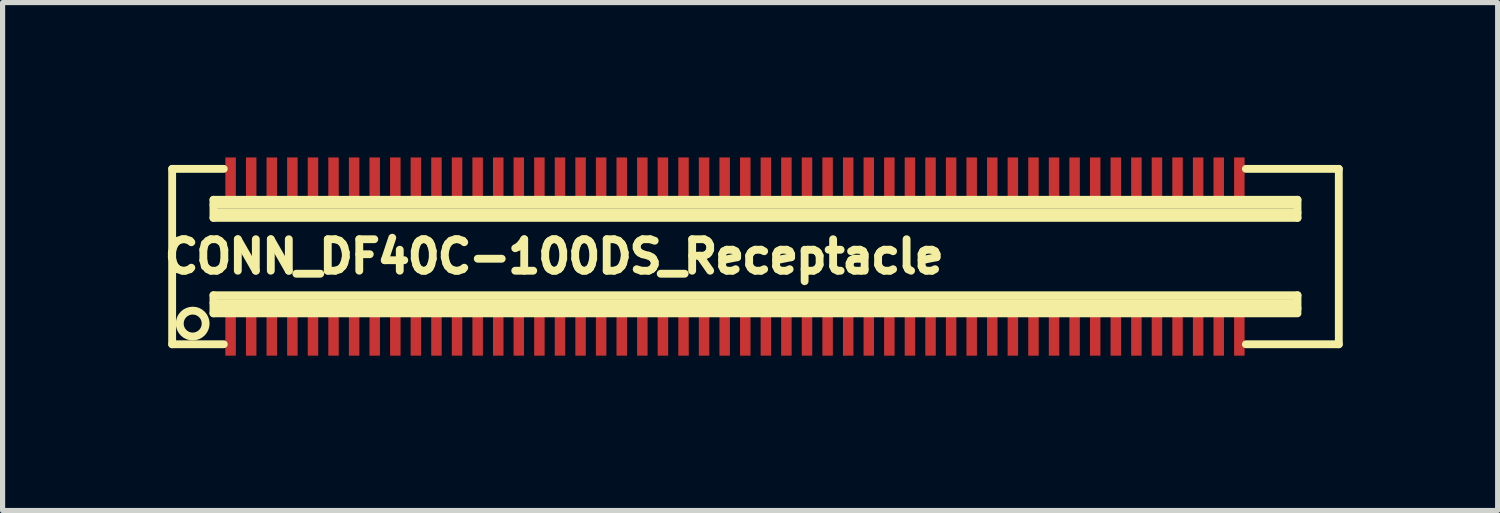
<source format=kicad_pcb>
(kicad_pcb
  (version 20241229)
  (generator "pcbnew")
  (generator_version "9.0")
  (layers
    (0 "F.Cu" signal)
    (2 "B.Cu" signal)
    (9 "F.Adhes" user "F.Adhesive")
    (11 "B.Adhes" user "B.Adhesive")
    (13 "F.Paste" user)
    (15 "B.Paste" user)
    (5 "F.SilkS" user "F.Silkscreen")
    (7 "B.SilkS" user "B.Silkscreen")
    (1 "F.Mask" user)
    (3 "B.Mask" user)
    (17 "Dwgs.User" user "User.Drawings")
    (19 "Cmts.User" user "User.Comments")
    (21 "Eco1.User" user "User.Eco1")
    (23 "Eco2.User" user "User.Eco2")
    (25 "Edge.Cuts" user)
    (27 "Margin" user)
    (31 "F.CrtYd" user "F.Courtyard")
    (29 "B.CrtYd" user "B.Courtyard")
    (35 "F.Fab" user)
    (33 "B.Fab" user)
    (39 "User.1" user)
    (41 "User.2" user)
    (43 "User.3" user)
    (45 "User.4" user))
  (footprint "CONN_DF40C-100DS_Receptacle"
    (layer "F.Cu")
    (at 11.585 1.92)
    (property "Reference" "CONN_DF40C-100DS_Receptacle" (at -3.899 0 0) (layer "F.SilkS") (effects (font (size 0.61 0.61) (thickness 0.152))))
    (attr smd)
    (fp_line (start -11.3 -1.699) (end -11.3 1.699) (stroke (width 0.152) (type solid)) (layer "F.SilkS"))
    (fp_line (start -11.3 -1.699) (end -10.3 -1.699) (stroke (width 0.152) (type solid)) (layer "F.SilkS"))
    (fp_line (start -11.3 1.699) (end -10.3 1.699) (stroke (width 0.152) (type solid)) (layer "F.SilkS"))
    (fp_line (start -10.5 -1.1) (end -10.5 -0.749) (stroke (width 0.152) (type solid)) (layer "F.SilkS"))
    (fp_line (start -10.5 -1.001) (end 10.45 -1.001) (stroke (width 0.152) (type solid)) (layer "F.SilkS"))
    (fp_line (start -10.5 -0.749) (end 10.5 -0.749) (stroke (width 0.152) (type solid)) (layer "F.SilkS"))
    (fp_line (start -10.5 0.749) (end -10.5 1.1) (stroke (width 0.152) (type solid)) (layer "F.SilkS"))
    (fp_line (start -10.5 0.899) (end 10.45 0.899) (stroke (width 0.152) (type solid)) (layer "F.SilkS"))
    (fp_line (start -10.5 1.1) (end 10.5 1.1) (stroke (width 0.152) (type solid)) (layer "F.SilkS"))
    (fp_line (start 10.5 -1.1) (end -10.5 -1.1) (stroke (width 0.152) (type solid)) (layer "F.SilkS"))
    (fp_line (start 10.5 -0.851) (end -10.45 -0.851) (stroke (width 0.152) (type solid)) (layer "F.SilkS"))
    (fp_line (start 10.5 -0.749) (end 10.5 -1.1) (stroke (width 0.152) (type solid)) (layer "F.SilkS"))
    (fp_line (start 10.5 0.749) (end -10.5 0.749) (stroke (width 0.152) (type solid)) (layer "F.SilkS"))
    (fp_line (start 10.5 1.001) (end -10.45 1.001) (stroke (width 0.152) (type solid)) (layer "F.SilkS"))
    (fp_line (start 10.5 1.049) (end 10.5 0.749) (stroke (width 0.152) (type solid)) (layer "F.SilkS"))
    (fp_line (start 11.3 -1.699) (end 9.5 -1.699) (stroke (width 0.152) (type solid)) (layer "F.SilkS"))
    (fp_line (start 11.3 -1.699) (end 11.3 1.699) (stroke (width 0.152) (type solid)) (layer "F.SilkS"))
    (fp_line (start 11.3 1.699) (end 9.5 1.699) (stroke (width 0.152) (type solid)) (layer "F.SilkS"))
    (fp_circle (center -10.902 1.298) (end -10.701 1.148) (stroke (width 0.152) (type solid)) (fill no) (layer "F.SilkS"))
    (pad "1" smd rect (at -10.168 1.539) (size 0.203 0.762) (layers "F.Cu" "F.Mask" "F.Paste"))
    (pad "2" smd rect (at -9.769 1.539) (size 0.203 0.762) (layers "F.Cu" "F.Mask" "F.Paste"))
    (pad "3" smd rect (at -9.37 1.539) (size 0.203 0.762) (layers "F.Cu" "F.Mask" "F.Paste"))
    (pad "4" smd rect (at -8.971 1.539) (size 0.203 0.762) (layers "F.Cu" "F.Mask" "F.Paste"))
    (pad "5" smd rect (at -8.572 1.539) (size 0.203 0.762) (layers "F.Cu" "F.Mask" "F.Paste"))
    (pad "6" smd rect (at -8.174 1.539) (size 0.203 0.762) (layers "F.Cu" "F.Mask" "F.Paste"))
    (pad "7" smd rect (at -7.775 1.539) (size 0.203 0.762) (layers "F.Cu" "F.Mask" "F.Paste"))
    (pad "8" smd rect (at -7.376 1.539) (size 0.203 0.762) (layers "F.Cu" "F.Mask" "F.Paste"))
    (pad "9" smd rect (at -6.977 1.539) (size 0.203 0.762) (layers "F.Cu" "F.Mask" "F.Paste"))
    (pad "10" smd rect (at -6.579 1.539) (size 0.203 0.762) (layers "F.Cu" "F.Mask" "F.Paste"))
    (pad "11" smd rect (at -6.18 1.539) (size 0.203 0.762) (layers "F.Cu" "F.Mask" "F.Paste"))
    (pad "12" smd rect (at -5.781 1.539) (size 0.203 0.762) (layers "F.Cu" "F.Mask" "F.Paste"))
    (pad "13" smd rect (at -5.382 1.539) (size 0.203 0.762) (layers "F.Cu" "F.Mask" "F.Paste"))
    (pad "14" smd rect (at -4.983 1.539) (size 0.203 0.762) (layers "F.Cu" "F.Mask" "F.Paste"))
    (pad "15" smd rect (at -4.585 1.539) (size 0.203 0.762) (layers "F.Cu" "F.Mask" "F.Paste"))
    (pad "16" smd rect (at -4.186 1.539) (size 0.203 0.762) (layers "F.Cu" "F.Mask" "F.Paste"))
    (pad "17" smd rect (at -3.787 1.539) (size 0.203 0.762) (layers "F.Cu" "F.Mask" "F.Paste"))
    (pad "18" smd rect (at -3.388 1.539) (size 0.203 0.762) (layers "F.Cu" "F.Mask" "F.Paste"))
    (pad "19" smd rect (at -2.99 1.539) (size 0.203 0.762) (layers "F.Cu" "F.Mask" "F.Paste"))
    (pad "20" smd rect (at -2.591 1.539) (size 0.203 0.762) (layers "F.Cu" "F.Mask" "F.Paste"))
    (pad "21" smd rect (at -2.192 1.539) (size 0.203 0.762) (layers "F.Cu" "F.Mask" "F.Paste"))
    (pad "22" smd rect (at -1.793 1.539) (size 0.203 0.762) (layers "F.Cu" "F.Mask" "F.Paste"))
    (pad "23" smd rect (at -1.394 1.539) (size 0.203 0.762) (layers "F.Cu" "F.Mask" "F.Paste"))
    (pad "24" smd rect (at -0.996 1.539) (size 0.203 0.762) (layers "F.Cu" "F.Mask" "F.Paste"))
    (pad "25" smd rect (at -0.597 1.539) (size 0.203 0.762) (layers "F.Cu" "F.Mask" "F.Paste"))
    (pad "26" smd rect (at -0.198 1.539) (size 0.203 0.762) (layers "F.Cu" "F.Mask" "F.Paste"))
    (pad "27" smd rect (at 0.201 1.539) (size 0.203 0.762) (layers "F.Cu" "F.Mask" "F.Paste"))
    (pad "28" smd rect (at 0.599 1.539) (size 0.203 0.762) (layers "F.Cu" "F.Mask" "F.Paste"))
    (pad "29" smd rect (at 0.998 1.539) (size 0.203 0.762) (layers "F.Cu" "F.Mask" "F.Paste"))
    (pad "30" smd rect (at 1.397 1.539) (size 0.203 0.762) (layers "F.Cu" "F.Mask" "F.Paste"))
    (pad "31" smd rect (at 1.796 1.539) (size 0.203 0.762) (layers "F.Cu" "F.Mask" "F.Paste"))
    (pad "32" smd rect (at 2.195 1.539) (size 0.203 0.762) (layers "F.Cu" "F.Mask" "F.Paste"))
    (pad "33" smd rect (at 2.593 1.539) (size 0.203 0.762) (layers "F.Cu" "F.Mask" "F.Paste"))
    (pad "34" smd rect (at 2.992 1.539) (size 0.203 0.762) (layers "F.Cu" "F.Mask" "F.Paste"))
    (pad "35" smd rect (at 3.391 1.539) (size 0.203 0.762) (layers "F.Cu" "F.Mask" "F.Paste"))
    (pad "36" smd rect (at 3.79 1.539) (size 0.203 0.762) (layers "F.Cu" "F.Mask" "F.Paste"))
    (pad "37" smd rect (at 4.188 1.539) (size 0.203 0.762) (layers "F.Cu" "F.Mask" "F.Paste"))
    (pad "38" smd rect (at 4.587 1.539) (size 0.203 0.762) (layers "F.Cu" "F.Mask" "F.Paste"))
    (pad "39" smd rect (at 4.986 1.539) (size 0.203 0.762) (layers "F.Cu" "F.Mask" "F.Paste"))
    (pad "40" smd rect (at 5.385 1.539) (size 0.203 0.762) (layers "F.Cu" "F.Mask" "F.Paste"))
    (pad "41" smd rect (at 5.784 1.539) (size 0.203 0.762) (layers "F.Cu" "F.Mask" "F.Paste"))
    (pad "42" smd rect (at 6.182 1.539) (size 0.203 0.762) (layers "F.Cu" "F.Mask" "F.Paste"))
    (pad "43" smd rect (at 6.581 1.539) (size 0.203 0.762) (layers "F.Cu" "F.Mask" "F.Paste"))
    (pad "44" smd rect (at 6.98 1.539) (size 0.203 0.762) (layers "F.Cu" "F.Mask" "F.Paste"))
    (pad "45" smd rect (at 7.379 1.539) (size 0.203 0.762) (layers "F.Cu" "F.Mask" "F.Paste"))
    (pad "46" smd rect (at 7.777 1.539) (size 0.203 0.762) (layers "F.Cu" "F.Mask" "F.Paste"))
    (pad "47" smd rect (at 8.176 1.539) (size 0.203 0.762) (layers "F.Cu" "F.Mask" "F.Paste"))
    (pad "48" smd rect (at 8.575 1.539) (size 0.203 0.762) (layers "F.Cu" "F.Mask" "F.Paste"))
    (pad "49" smd rect (at 8.974 1.539) (size 0.203 0.762) (layers "F.Cu" "F.Mask" "F.Paste"))
    (pad "50" smd rect (at 9.373 1.539) (size 0.203 0.762) (layers "F.Cu" "F.Mask" "F.Paste"))
    (pad "51" smd rect (at 9.373 -1.539) (size 0.203 0.762) (layers "F.Cu" "F.Mask" "F.Paste"))
    (pad "52" smd rect (at 8.974 -1.539) (size 0.203 0.762) (layers "F.Cu" "F.Mask" "F.Paste"))
    (pad "53" smd rect (at 8.575 -1.539) (size 0.203 0.762) (layers "F.Cu" "F.Mask" "F.Paste"))
    (pad "54" smd rect (at 8.176 -1.539) (size 0.203 0.762) (layers "F.Cu" "F.Mask" "F.Paste"))
    (pad "55" smd rect (at 7.777 -1.539) (size 0.203 0.762) (layers "F.Cu" "F.Mask" "F.Paste"))
    (pad "56" smd rect (at 7.379 -1.539) (size 0.203 0.762) (layers "F.Cu" "F.Mask" "F.Paste"))
    (pad "57" smd rect (at 6.98 -1.539) (size 0.203 0.762) (layers "F.Cu" "F.Mask" "F.Paste"))
    (pad "58" smd rect (at 6.581 -1.539) (size 0.203 0.762) (layers "F.Cu" "F.Mask" "F.Paste"))
    (pad "59" smd rect (at 6.182 -1.539) (size 0.203 0.762) (layers "F.Cu" "F.Mask" "F.Paste"))
    (pad "60" smd rect (at 5.784 -1.539) (size 0.203 0.762) (layers "F.Cu" "F.Mask" "F.Paste"))
    (pad "61" smd rect (at 5.385 -1.539) (size 0.203 0.762) (layers "F.Cu" "F.Mask" "F.Paste"))
    (pad "62" smd rect (at 4.986 -1.539) (size 0.203 0.762) (layers "F.Cu" "F.Mask" "F.Paste"))
    (pad "63" smd rect (at 4.587 -1.539) (size 0.203 0.762) (layers "F.Cu" "F.Mask" "F.Paste"))
    (pad "64" smd rect (at 4.188 -1.539) (size 0.203 0.762) (layers "F.Cu" "F.Mask" "F.Paste"))
    (pad "65" smd rect (at 3.79 -1.539) (size 0.203 0.762) (layers "F.Cu" "F.Mask" "F.Paste"))
    (pad "66" smd rect (at 3.391 -1.539) (size 0.203 0.762) (layers "F.Cu" "F.Mask" "F.Paste"))
    (pad "67" smd rect (at 2.992 -1.539) (size 0.203 0.762) (layers "F.Cu" "F.Mask" "F.Paste"))
    (pad "68" smd rect (at 2.593 -1.539) (size 0.203 0.762) (layers "F.Cu" "F.Mask" "F.Paste"))
    (pad "69" smd rect (at 2.195 -1.539) (size 0.203 0.762) (layers "F.Cu" "F.Mask" "F.Paste"))
    (pad "70" smd rect (at 1.796 -1.539) (size 0.203 0.762) (layers "F.Cu" "F.Mask" "F.Paste"))
    (pad "71" smd rect (at 1.397 -1.539) (size 0.203 0.762) (layers "F.Cu" "F.Mask" "F.Paste"))
    (pad "72" smd rect (at 0.998 -1.539) (size 0.203 0.762) (layers "F.Cu" "F.Mask" "F.Paste"))
    (pad "73" smd rect (at 0.599 -1.539) (size 0.203 0.762) (layers "F.Cu" "F.Mask" "F.Paste"))
    (pad "74" smd rect (at 0.201 -1.539) (size 0.203 0.762) (layers "F.Cu" "F.Mask" "F.Paste"))
    (pad "75" smd rect (at -0.198 -1.539) (size 0.203 0.762) (layers "F.Cu" "F.Mask" "F.Paste"))
    (pad "76" smd rect (at -0.597 -1.539) (size 0.203 0.762) (layers "F.Cu" "F.Mask" "F.Paste"))
    (pad "77" smd rect (at -0.996 -1.539) (size 0.203 0.762) (layers "F.Cu" "F.Mask" "F.Paste"))
    (pad "78" smd rect (at -1.394 -1.539) (size 0.203 0.762) (layers "F.Cu" "F.Mask" "F.Paste"))
    (pad "79" smd rect (at -1.793 -1.539) (size 0.203 0.762) (layers "F.Cu" "F.Mask" "F.Paste"))
    (pad "80" smd rect (at -2.192 -1.539) (size 0.203 0.762) (layers "F.Cu" "F.Mask" "F.Paste"))
    (pad "81" smd rect (at -2.591 -1.539) (size 0.203 0.762) (layers "F.Cu" "F.Mask" "F.Paste"))
    (pad "82" smd rect (at -2.99 -1.539) (size 0.203 0.762) (layers "F.Cu" "F.Mask" "F.Paste"))
    (pad "83" smd rect (at -3.388 -1.539) (size 0.203 0.762) (layers "F.Cu" "F.Mask" "F.Paste"))
    (pad "84" smd rect (at -3.787 -1.539) (size 0.203 0.762) (layers "F.Cu" "F.Mask" "F.Paste"))
    (pad "85" smd rect (at -4.186 -1.539) (size 0.203 0.762) (layers "F.Cu" "F.Mask" "F.Paste"))
    (pad "86" smd rect (at -4.585 -1.539) (size 0.203 0.762) (layers "F.Cu" "F.Mask" "F.Paste"))
    (pad "87" smd rect (at -4.983 -1.539) (size 0.203 0.762) (layers "F.Cu" "F.Mask" "F.Paste"))
    (pad "88" smd rect (at -5.382 -1.539) (size 0.203 0.762) (layers "F.Cu" "F.Mask" "F.Paste"))
    (pad "89" smd rect (at -5.781 -1.539) (size 0.203 0.762) (layers "F.Cu" "F.Mask" "F.Paste"))
    (pad "90" smd rect (at -6.18 -1.539) (size 0.203 0.762) (layers "F.Cu" "F.Mask" "F.Paste"))
    (pad "91" smd rect (at -6.579 -1.539) (size 0.203 0.762) (layers "F.Cu" "F.Mask" "F.Paste"))
    (pad "92" smd rect (at -6.977 -1.539) (size 0.203 0.762) (layers "F.Cu" "F.Mask" "F.Paste"))
    (pad "93" smd rect (at -7.376 -1.539) (size 0.203 0.762) (layers "F.Cu" "F.Mask" "F.Paste"))
    (pad "94" smd rect (at -7.775 -1.539) (size 0.203 0.762) (layers "F.Cu" "F.Mask" "F.Paste"))
    (pad "95" smd rect (at -8.174 -1.539) (size 0.203 0.762) (layers "F.Cu" "F.Mask" "F.Paste"))
    (pad "96" smd rect (at -8.572 -1.539) (size 0.203 0.762) (layers "F.Cu" "F.Mask" "F.Paste"))
    (pad "97" smd rect (at -8.971 -1.539) (size 0.203 0.762) (layers "F.Cu" "F.Mask" "F.Paste"))
    (pad "98" smd rect (at -9.37 -1.539) (size 0.203 0.762) (layers "F.Cu" "F.Mask" "F.Paste"))
    (pad "99" smd rect (at -9.769 -1.539) (size 0.203 0.762) (layers "F.Cu" "F.Mask" "F.Paste"))
    (pad "100" smd rect (at -10.168 -1.539) (size 0.203 0.762) (layers "F.Cu" "F.Mask" "F.Paste")))
  (gr_rect
    (start -3 -3)
    (end 25.962 6.84)
    (stroke (width 0.1) (type default))
    (fill no)
    (layer "Edge.Cuts")))
</source>
